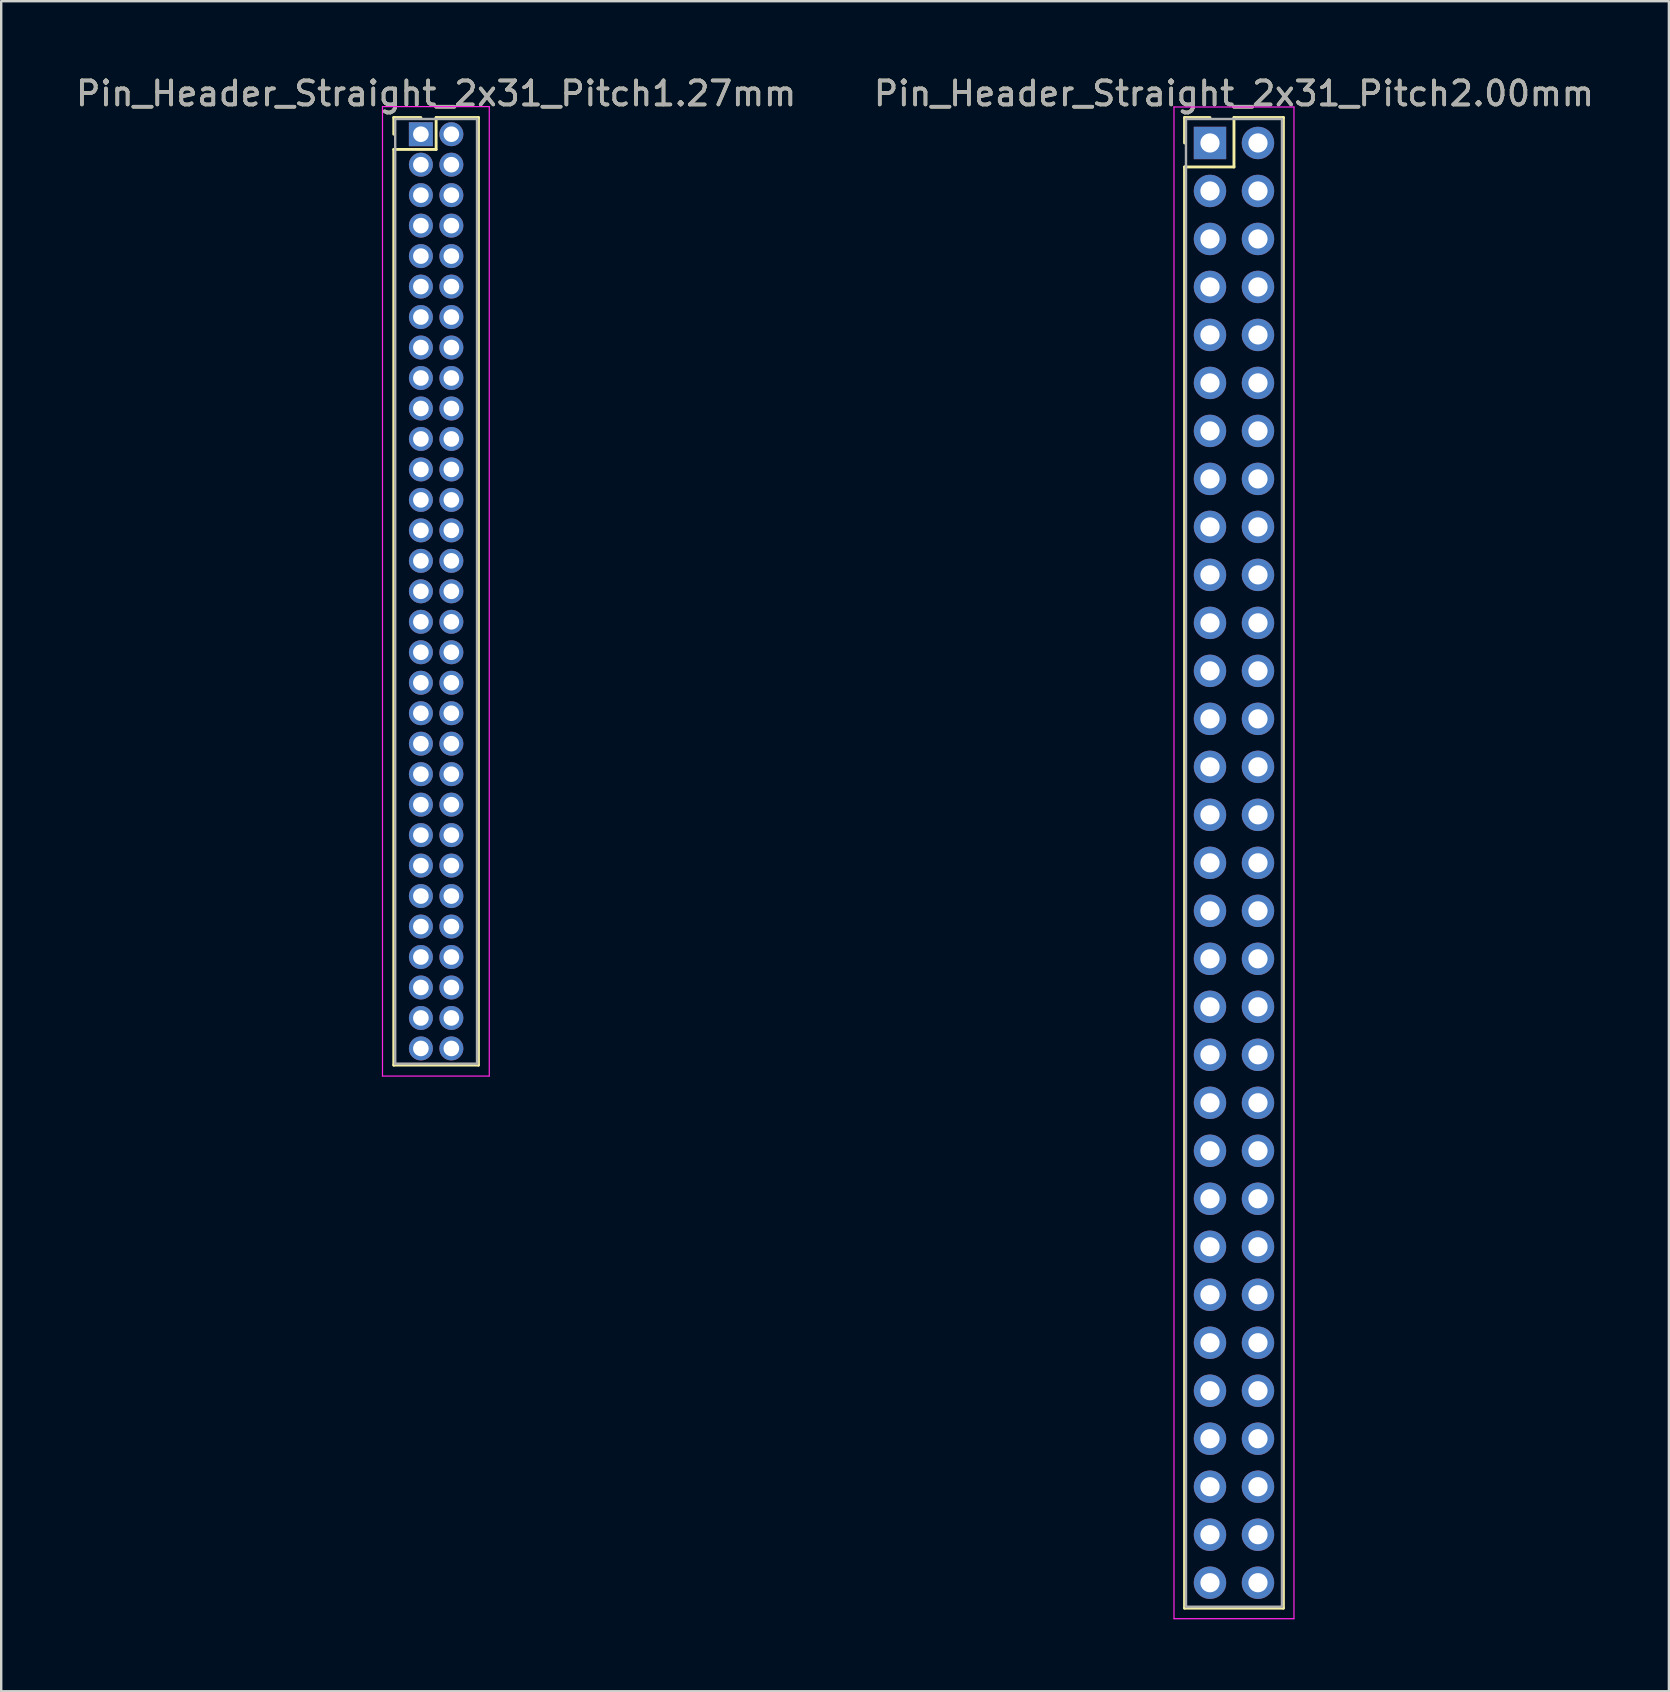
<source format=kicad_pcb>
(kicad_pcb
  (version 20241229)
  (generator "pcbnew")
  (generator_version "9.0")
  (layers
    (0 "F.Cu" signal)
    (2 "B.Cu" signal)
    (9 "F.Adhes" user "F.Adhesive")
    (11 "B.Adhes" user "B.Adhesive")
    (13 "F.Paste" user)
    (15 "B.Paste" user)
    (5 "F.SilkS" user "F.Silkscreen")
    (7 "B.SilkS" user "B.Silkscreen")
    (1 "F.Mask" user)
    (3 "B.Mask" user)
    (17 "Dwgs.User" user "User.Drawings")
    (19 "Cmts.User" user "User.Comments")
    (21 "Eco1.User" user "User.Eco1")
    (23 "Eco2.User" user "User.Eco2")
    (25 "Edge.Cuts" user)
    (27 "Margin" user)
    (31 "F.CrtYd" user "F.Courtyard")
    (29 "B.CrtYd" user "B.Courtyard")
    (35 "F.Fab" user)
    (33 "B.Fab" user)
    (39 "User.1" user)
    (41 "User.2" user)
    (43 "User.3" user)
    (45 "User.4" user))
  (footprint "Pin_Header_Straight_2x31_Pitch2.00mm"
    (layer "F.Cu")
    (at 47.375 2.908)
    (property "Reference" "Pin_Header_Straight_2x31_Pitch2.00mm" (at 1 -2.06 0) (layer "F.SilkS") (effects (font (size 1 1) (thickness 0.15))))
    (attr through_hole)
    (fp_line (start -1.06 -1.06) (end 0 -1.06) (stroke (width 0.12) (type solid)) (layer "F.SilkS"))
    (fp_line (start -1.06 0) (end -1.06 -1.06) (stroke (width 0.12) (type solid)) (layer "F.SilkS"))
    (fp_line (start -1.06 1) (end -1.06 61.06) (stroke (width 0.12) (type solid)) (layer "F.SilkS"))
    (fp_line (start -1.06 61.06) (end 3.06 61.06) (stroke (width 0.12) (type solid)) (layer "F.SilkS"))
    (fp_line (start 1 -1.06) (end 1 1) (stroke (width 0.12) (type solid)) (layer "F.SilkS"))
    (fp_line (start 1 1) (end -1.06 1) (stroke (width 0.12) (type solid)) (layer "F.SilkS"))
    (fp_line (start 3.06 -1.06) (end 1 -1.06) (stroke (width 0.12) (type solid)) (layer "F.SilkS"))
    (fp_line (start 3.06 61.06) (end 3.06 -1.06) (stroke (width 0.12) (type solid)) (layer "F.SilkS"))
    (fp_line (start -1.5 -1.5) (end -1.5 61.5) (stroke (width 0.05) (type solid)) (layer "F.CrtYd"))
    (fp_line (start -1.5 61.5) (end 3.5 61.5) (stroke (width 0.05) (type solid)) (layer "F.CrtYd"))
    (fp_line (start 3.5 -1.5) (end -1.5 -1.5) (stroke (width 0.05) (type solid)) (layer "F.CrtYd"))
    (fp_line (start 3.5 61.5) (end 3.5 -1.5) (stroke (width 0.05) (type solid)) (layer "F.CrtYd"))
    (fp_line (start -1 -1) (end -1 61) (stroke (width 0.1) (type solid)) (layer "F.Fab"))
    (fp_line (start -1 61) (end 3 61) (stroke (width 0.1) (type solid)) (layer "F.Fab"))
    (fp_line (start 3 -1) (end -1 -1) (stroke (width 0.1) (type solid)) (layer "F.Fab"))
    (fp_line (start 3 61) (end 3 -1) (stroke (width 0.1) (type solid)) (layer "F.Fab"))
    (fp_text user "${REFERENCE}" (at 1 -2.06 0) (layer "F.Fab") (effects (font (size 1 1) (thickness 0.15))))
    (pad "1" thru_hole rect (at 0 0) (size 1.35 1.35) (drill 0.8) (layers "*.Cu" "*.Mask"))
    (pad "2" thru_hole oval (at 2 0) (size 1.35 1.35) (drill 0.8) (layers "*.Cu" "*.Mask"))
    (pad "3" thru_hole oval (at 0 2) (size 1.35 1.35) (drill 0.8) (layers "*.Cu" "*.Mask"))
    (pad "4" thru_hole oval (at 2 2) (size 1.35 1.35) (drill 0.8) (layers "*.Cu" "*.Mask"))
    (pad "5" thru_hole oval (at 0 4) (size 1.35 1.35) (drill 0.8) (layers "*.Cu" "*.Mask"))
    (pad "6" thru_hole oval (at 2 4) (size 1.35 1.35) (drill 0.8) (layers "*.Cu" "*.Mask"))
    (pad "7" thru_hole oval (at 0 6) (size 1.35 1.35) (drill 0.8) (layers "*.Cu" "*.Mask"))
    (pad "8" thru_hole oval (at 2 6) (size 1.35 1.35) (drill 0.8) (layers "*.Cu" "*.Mask"))
    (pad "9" thru_hole oval (at 0 8) (size 1.35 1.35) (drill 0.8) (layers "*.Cu" "*.Mask"))
    (pad "10" thru_hole oval (at 2 8) (size 1.35 1.35) (drill 0.8) (layers "*.Cu" "*.Mask"))
    (pad "11" thru_hole oval (at 0 10) (size 1.35 1.35) (drill 0.8) (layers "*.Cu" "*.Mask"))
    (pad "12" thru_hole oval (at 2 10) (size 1.35 1.35) (drill 0.8) (layers "*.Cu" "*.Mask"))
    (pad "13" thru_hole oval (at 0 12) (size 1.35 1.35) (drill 0.8) (layers "*.Cu" "*.Mask"))
    (pad "14" thru_hole oval (at 2 12) (size 1.35 1.35) (drill 0.8) (layers "*.Cu" "*.Mask"))
    (pad "15" thru_hole oval (at 0 14) (size 1.35 1.35) (drill 0.8) (layers "*.Cu" "*.Mask"))
    (pad "16" thru_hole oval (at 2 14) (size 1.35 1.35) (drill 0.8) (layers "*.Cu" "*.Mask"))
    (pad "17" thru_hole oval (at 0 16) (size 1.35 1.35) (drill 0.8) (layers "*.Cu" "*.Mask"))
    (pad "18" thru_hole oval (at 2 16) (size 1.35 1.35) (drill 0.8) (layers "*.Cu" "*.Mask"))
    (pad "19" thru_hole oval (at 0 18) (size 1.35 1.35) (drill 0.8) (layers "*.Cu" "*.Mask"))
    (pad "20" thru_hole oval (at 2 18) (size 1.35 1.35) (drill 0.8) (layers "*.Cu" "*.Mask"))
    (pad "21" thru_hole oval (at 0 20) (size 1.35 1.35) (drill 0.8) (layers "*.Cu" "*.Mask"))
    (pad "22" thru_hole oval (at 2 20) (size 1.35 1.35) (drill 0.8) (layers "*.Cu" "*.Mask"))
    (pad "23" thru_hole oval (at 0 22) (size 1.35 1.35) (drill 0.8) (layers "*.Cu" "*.Mask"))
    (pad "24" thru_hole oval (at 2 22) (size 1.35 1.35) (drill 0.8) (layers "*.Cu" "*.Mask"))
    (pad "25" thru_hole oval (at 0 24) (size 1.35 1.35) (drill 0.8) (layers "*.Cu" "*.Mask"))
    (pad "26" thru_hole oval (at 2 24) (size 1.35 1.35) (drill 0.8) (layers "*.Cu" "*.Mask"))
    (pad "27" thru_hole oval (at 0 26) (size 1.35 1.35) (drill 0.8) (layers "*.Cu" "*.Mask"))
    (pad "28" thru_hole oval (at 2 26) (size 1.35 1.35) (drill 0.8) (layers "*.Cu" "*.Mask"))
    (pad "29" thru_hole oval (at 0 28) (size 1.35 1.35) (drill 0.8) (layers "*.Cu" "*.Mask"))
    (pad "30" thru_hole oval (at 2 28) (size 1.35 1.35) (drill 0.8) (layers "*.Cu" "*.Mask"))
    (pad "31" thru_hole oval (at 0 30) (size 1.35 1.35) (drill 0.8) (layers "*.Cu" "*.Mask"))
    (pad "32" thru_hole oval (at 2 30) (size 1.35 1.35) (drill 0.8) (layers "*.Cu" "*.Mask"))
    (pad "33" thru_hole oval (at 0 32) (size 1.35 1.35) (drill 0.8) (layers "*.Cu" "*.Mask"))
    (pad "34" thru_hole oval (at 2 32) (size 1.35 1.35) (drill 0.8) (layers "*.Cu" "*.Mask"))
    (pad "35" thru_hole oval (at 0 34) (size 1.35 1.35) (drill 0.8) (layers "*.Cu" "*.Mask"))
    (pad "36" thru_hole oval (at 2 34) (size 1.35 1.35) (drill 0.8) (layers "*.Cu" "*.Mask"))
    (pad "37" thru_hole oval (at 0 36) (size 1.35 1.35) (drill 0.8) (layers "*.Cu" "*.Mask"))
    (pad "38" thru_hole oval (at 2 36) (size 1.35 1.35) (drill 0.8) (layers "*.Cu" "*.Mask"))
    (pad "39" thru_hole oval (at 0 38) (size 1.35 1.35) (drill 0.8) (layers "*.Cu" "*.Mask"))
    (pad "40" thru_hole oval (at 2 38) (size 1.35 1.35) (drill 0.8) (layers "*.Cu" "*.Mask"))
    (pad "41" thru_hole oval (at 0 40) (size 1.35 1.35) (drill 0.8) (layers "*.Cu" "*.Mask"))
    (pad "42" thru_hole oval (at 2 40) (size 1.35 1.35) (drill 0.8) (layers "*.Cu" "*.Mask"))
    (pad "43" thru_hole oval (at 0 42) (size 1.35 1.35) (drill 0.8) (layers "*.Cu" "*.Mask"))
    (pad "44" thru_hole oval (at 2 42) (size 1.35 1.35) (drill 0.8) (layers "*.Cu" "*.Mask"))
    (pad "45" thru_hole oval (at 0 44) (size 1.35 1.35) (drill 0.8) (layers "*.Cu" "*.Mask"))
    (pad "46" thru_hole oval (at 2 44) (size 1.35 1.35) (drill 0.8) (layers "*.Cu" "*.Mask"))
    (pad "47" thru_hole oval (at 0 46) (size 1.35 1.35) (drill 0.8) (layers "*.Cu" "*.Mask"))
    (pad "48" thru_hole oval (at 2 46) (size 1.35 1.35) (drill 0.8) (layers "*.Cu" "*.Mask"))
    (pad "49" thru_hole oval (at 0 48) (size 1.35 1.35) (drill 0.8) (layers "*.Cu" "*.Mask"))
    (pad "50" thru_hole oval (at 2 48) (size 1.35 1.35) (drill 0.8) (layers "*.Cu" "*.Mask"))
    (pad "51" thru_hole oval (at 0 50) (size 1.35 1.35) (drill 0.8) (layers "*.Cu" "*.Mask"))
    (pad "52" thru_hole oval (at 2 50) (size 1.35 1.35) (drill 0.8) (layers "*.Cu" "*.Mask"))
    (pad "53" thru_hole oval (at 0 52) (size 1.35 1.35) (drill 0.8) (layers "*.Cu" "*.Mask"))
    (pad "54" thru_hole oval (at 2 52) (size 1.35 1.35) (drill 0.8) (layers "*.Cu" "*.Mask"))
    (pad "55" thru_hole oval (at 0 54) (size 1.35 1.35) (drill 0.8) (layers "*.Cu" "*.Mask"))
    (pad "56" thru_hole oval (at 2 54) (size 1.35 1.35) (drill 0.8) (layers "*.Cu" "*.Mask"))
    (pad "57" thru_hole oval (at 0 56) (size 1.35 1.35) (drill 0.8) (layers "*.Cu" "*.Mask"))
    (pad "58" thru_hole oval (at 2 56) (size 1.35 1.35) (drill 0.8) (layers "*.Cu" "*.Mask"))
    (pad "59" thru_hole oval (at 0 58) (size 1.35 1.35) (drill 0.8) (layers "*.Cu" "*.Mask"))
    (pad "60" thru_hole oval (at 2 58) (size 1.35 1.35) (drill 0.8) (layers "*.Cu" "*.Mask"))
    (pad "61" thru_hole oval (at 0 60) (size 1.35 1.35) (drill 0.8) (layers "*.Cu" "*.Mask"))
    (pad "62" thru_hole oval (at 2 60) (size 1.35 1.35) (drill 0.8) (layers "*.Cu" "*.Mask")))
  (footprint "Pin_Header_Straight_2x31_Pitch1.27mm"
    (layer "F.Cu")
    (at 14.49 2.543)
    (property "Reference" "Pin_Header_Straight_2x31_Pitch1.27mm" (at 0.635 -1.695 0) (layer "F.SilkS") (effects (font (size 1 1) (thickness 0.15))))
    (attr through_hole)
    (fp_line (start -1.13 -0.695) (end 0 -0.695) (stroke (width 0.12) (type solid)) (layer "F.SilkS"))
    (fp_line (start -1.13 0) (end -1.13 -0.695) (stroke (width 0.12) (type solid)) (layer "F.SilkS"))
    (fp_line (start -1.13 0.635) (end -1.13 38.795) (stroke (width 0.12) (type solid)) (layer "F.SilkS"))
    (fp_line (start -1.13 38.795) (end 2.4 38.795) (stroke (width 0.12) (type solid)) (layer "F.SilkS"))
    (fp_line (start 0.635 -0.695) (end 0.635 0.635) (stroke (width 0.12) (type solid)) (layer "F.SilkS"))
    (fp_line (start 0.635 0.635) (end -1.13 0.635) (stroke (width 0.12) (type solid)) (layer "F.SilkS"))
    (fp_line (start 2.4 -0.695) (end 0.635 -0.695) (stroke (width 0.12) (type solid)) (layer "F.SilkS"))
    (fp_line (start 2.4 38.795) (end 2.4 -0.695) (stroke (width 0.12) (type solid)) (layer "F.SilkS"))
    (fp_line (start -1.6 -1.15) (end -1.6 39.25) (stroke (width 0.05) (type solid)) (layer "F.CrtYd"))
    (fp_line (start -1.6 39.25) (end 2.85 39.25) (stroke (width 0.05) (type solid)) (layer "F.CrtYd"))
    (fp_line (start 2.85 -1.15) (end -1.6 -1.15) (stroke (width 0.05) (type solid)) (layer "F.CrtYd"))
    (fp_line (start 2.85 39.25) (end 2.85 -1.15) (stroke (width 0.05) (type solid)) (layer "F.CrtYd"))
    (fp_line (start -1.07 -0.635) (end -1.07 38.735) (stroke (width 0.1) (type solid)) (layer "F.Fab"))
    (fp_line (start -1.07 38.735) (end 2.34 38.735) (stroke (width 0.1) (type solid)) (layer "F.Fab"))
    (fp_line (start 2.34 -0.635) (end -1.07 -0.635) (stroke (width 0.1) (type solid)) (layer "F.Fab"))
    (fp_line (start 2.34 38.735) (end 2.34 -0.635) (stroke (width 0.1) (type solid)) (layer "F.Fab"))
    (fp_text user "${REFERENCE}" (at 0.635 -1.695 0) (layer "F.Fab") (effects (font (size 1 1) (thickness 0.15))))
    (pad "1" thru_hole rect (at 0 0) (size 1 1) (drill 0.65) (layers "*.Cu" "*.Mask"))
    (pad "2" thru_hole oval (at 1.27 0) (size 1 1) (drill 0.65) (layers "*.Cu" "*.Mask"))
    (pad "3" thru_hole oval (at 0 1.27) (size 1 1) (drill 0.65) (layers "*.Cu" "*.Mask"))
    (pad "4" thru_hole oval (at 1.27 1.27) (size 1 1) (drill 0.65) (layers "*.Cu" "*.Mask"))
    (pad "5" thru_hole oval (at 0 2.54) (size 1 1) (drill 0.65) (layers "*.Cu" "*.Mask"))
    (pad "6" thru_hole oval (at 1.27 2.54) (size 1 1) (drill 0.65) (layers "*.Cu" "*.Mask"))
    (pad "7" thru_hole oval (at 0 3.81) (size 1 1) (drill 0.65) (layers "*.Cu" "*.Mask"))
    (pad "8" thru_hole oval (at 1.27 3.81) (size 1 1) (drill 0.65) (layers "*.Cu" "*.Mask"))
    (pad "9" thru_hole oval (at 0 5.08) (size 1 1) (drill 0.65) (layers "*.Cu" "*.Mask"))
    (pad "10" thru_hole oval (at 1.27 5.08) (size 1 1) (drill 0.65) (layers "*.Cu" "*.Mask"))
    (pad "11" thru_hole oval (at 0 6.35) (size 1 1) (drill 0.65) (layers "*.Cu" "*.Mask"))
    (pad "12" thru_hole oval (at 1.27 6.35) (size 1 1) (drill 0.65) (layers "*.Cu" "*.Mask"))
    (pad "13" thru_hole oval (at 0 7.62) (size 1 1) (drill 0.65) (layers "*.Cu" "*.Mask"))
    (pad "14" thru_hole oval (at 1.27 7.62) (size 1 1) (drill 0.65) (layers "*.Cu" "*.Mask"))
    (pad "15" thru_hole oval (at 0 8.89) (size 1 1) (drill 0.65) (layers "*.Cu" "*.Mask"))
    (pad "16" thru_hole oval (at 1.27 8.89) (size 1 1) (drill 0.65) (layers "*.Cu" "*.Mask"))
    (pad "17" thru_hole oval (at 0 10.16) (size 1 1) (drill 0.65) (layers "*.Cu" "*.Mask"))
    (pad "18" thru_hole oval (at 1.27 10.16) (size 1 1) (drill 0.65) (layers "*.Cu" "*.Mask"))
    (pad "19" thru_hole oval (at 0 11.43) (size 1 1) (drill 0.65) (layers "*.Cu" "*.Mask"))
    (pad "20" thru_hole oval (at 1.27 11.43) (size 1 1) (drill 0.65) (layers "*.Cu" "*.Mask"))
    (pad "21" thru_hole oval (at 0 12.7) (size 1 1) (drill 0.65) (layers "*.Cu" "*.Mask"))
    (pad "22" thru_hole oval (at 1.27 12.7) (size 1 1) (drill 0.65) (layers "*.Cu" "*.Mask"))
    (pad "23" thru_hole oval (at 0 13.97) (size 1 1) (drill 0.65) (layers "*.Cu" "*.Mask"))
    (pad "24" thru_hole oval (at 1.27 13.97) (size 1 1) (drill 0.65) (layers "*.Cu" "*.Mask"))
    (pad "25" thru_hole oval (at 0 15.24) (size 1 1) (drill 0.65) (layers "*.Cu" "*.Mask"))
    (pad "26" thru_hole oval (at 1.27 15.24) (size 1 1) (drill 0.65) (layers "*.Cu" "*.Mask"))
    (pad "27" thru_hole oval (at 0 16.51) (size 1 1) (drill 0.65) (layers "*.Cu" "*.Mask"))
    (pad "28" thru_hole oval (at 1.27 16.51) (size 1 1) (drill 0.65) (layers "*.Cu" "*.Mask"))
    (pad "29" thru_hole oval (at 0 17.78) (size 1 1) (drill 0.65) (layers "*.Cu" "*.Mask"))
    (pad "30" thru_hole oval (at 1.27 17.78) (size 1 1) (drill 0.65) (layers "*.Cu" "*.Mask"))
    (pad "31" thru_hole oval (at 0 19.05) (size 1 1) (drill 0.65) (layers "*.Cu" "*.Mask"))
    (pad "32" thru_hole oval (at 1.27 19.05) (size 1 1) (drill 0.65) (layers "*.Cu" "*.Mask"))
    (pad "33" thru_hole oval (at 0 20.32) (size 1 1) (drill 0.65) (layers "*.Cu" "*.Mask"))
    (pad "34" thru_hole oval (at 1.27 20.32) (size 1 1) (drill 0.65) (layers "*.Cu" "*.Mask"))
    (pad "35" thru_hole oval (at 0 21.59) (size 1 1) (drill 0.65) (layers "*.Cu" "*.Mask"))
    (pad "36" thru_hole oval (at 1.27 21.59) (size 1 1) (drill 0.65) (layers "*.Cu" "*.Mask"))
    (pad "37" thru_hole oval (at 0 22.86) (size 1 1) (drill 0.65) (layers "*.Cu" "*.Mask"))
    (pad "38" thru_hole oval (at 1.27 22.86) (size 1 1) (drill 0.65) (layers "*.Cu" "*.Mask"))
    (pad "39" thru_hole oval (at 0 24.13) (size 1 1) (drill 0.65) (layers "*.Cu" "*.Mask"))
    (pad "40" thru_hole oval (at 1.27 24.13) (size 1 1) (drill 0.65) (layers "*.Cu" "*.Mask"))
    (pad "41" thru_hole oval (at 0 25.4) (size 1 1) (drill 0.65) (layers "*.Cu" "*.Mask"))
    (pad "42" thru_hole oval (at 1.27 25.4) (size 1 1) (drill 0.65) (layers "*.Cu" "*.Mask"))
    (pad "43" thru_hole oval (at 0 26.67) (size 1 1) (drill 0.65) (layers "*.Cu" "*.Mask"))
    (pad "44" thru_hole oval (at 1.27 26.67) (size 1 1) (drill 0.65) (layers "*.Cu" "*.Mask"))
    (pad "45" thru_hole oval (at 0 27.94) (size 1 1) (drill 0.65) (layers "*.Cu" "*.Mask"))
    (pad "46" thru_hole oval (at 1.27 27.94) (size 1 1) (drill 0.65) (layers "*.Cu" "*.Mask"))
    (pad "47" thru_hole oval (at 0 29.21) (size 1 1) (drill 0.65) (layers "*.Cu" "*.Mask"))
    (pad "48" thru_hole oval (at 1.27 29.21) (size 1 1) (drill 0.65) (layers "*.Cu" "*.Mask"))
    (pad "49" thru_hole oval (at 0 30.48) (size 1 1) (drill 0.65) (layers "*.Cu" "*.Mask"))
    (pad "50" thru_hole oval (at 1.27 30.48) (size 1 1) (drill 0.65) (layers "*.Cu" "*.Mask"))
    (pad "51" thru_hole oval (at 0 31.75) (size 1 1) (drill 0.65) (layers "*.Cu" "*.Mask"))
    (pad "52" thru_hole oval (at 1.27 31.75) (size 1 1) (drill 0.65) (layers "*.Cu" "*.Mask"))
    (pad "53" thru_hole oval (at 0 33.02) (size 1 1) (drill 0.65) (layers "*.Cu" "*.Mask"))
    (pad "54" thru_hole oval (at 1.27 33.02) (size 1 1) (drill 0.65) (layers "*.Cu" "*.Mask"))
    (pad "55" thru_hole oval (at 0 34.29) (size 1 1) (drill 0.65) (layers "*.Cu" "*.Mask"))
    (pad "56" thru_hole oval (at 1.27 34.29) (size 1 1) (drill 0.65) (layers "*.Cu" "*.Mask"))
    (pad "57" thru_hole oval (at 0 35.56) (size 1 1) (drill 0.65) (layers "*.Cu" "*.Mask"))
    (pad "58" thru_hole oval (at 1.27 35.56) (size 1 1) (drill 0.65) (layers "*.Cu" "*.Mask"))
    (pad "59" thru_hole oval (at 0 36.83) (size 1 1) (drill 0.65) (layers "*.Cu" "*.Mask"))
    (pad "60" thru_hole oval (at 1.27 36.83) (size 1 1) (drill 0.65) (layers "*.Cu" "*.Mask"))
    (pad "61" thru_hole oval (at 0 38.1) (size 1 1) (drill 0.65) (layers "*.Cu" "*.Mask"))
    (pad "62" thru_hole oval (at 1.27 38.1) (size 1 1) (drill 0.65) (layers "*.Cu" "*.Mask")))
  (gr_rect
    (start -3 -3)
    (end 66.5 67.433)
    (stroke (width 0.1) (type default))
    (fill no)
    (layer "Edge.Cuts")))
</source>
